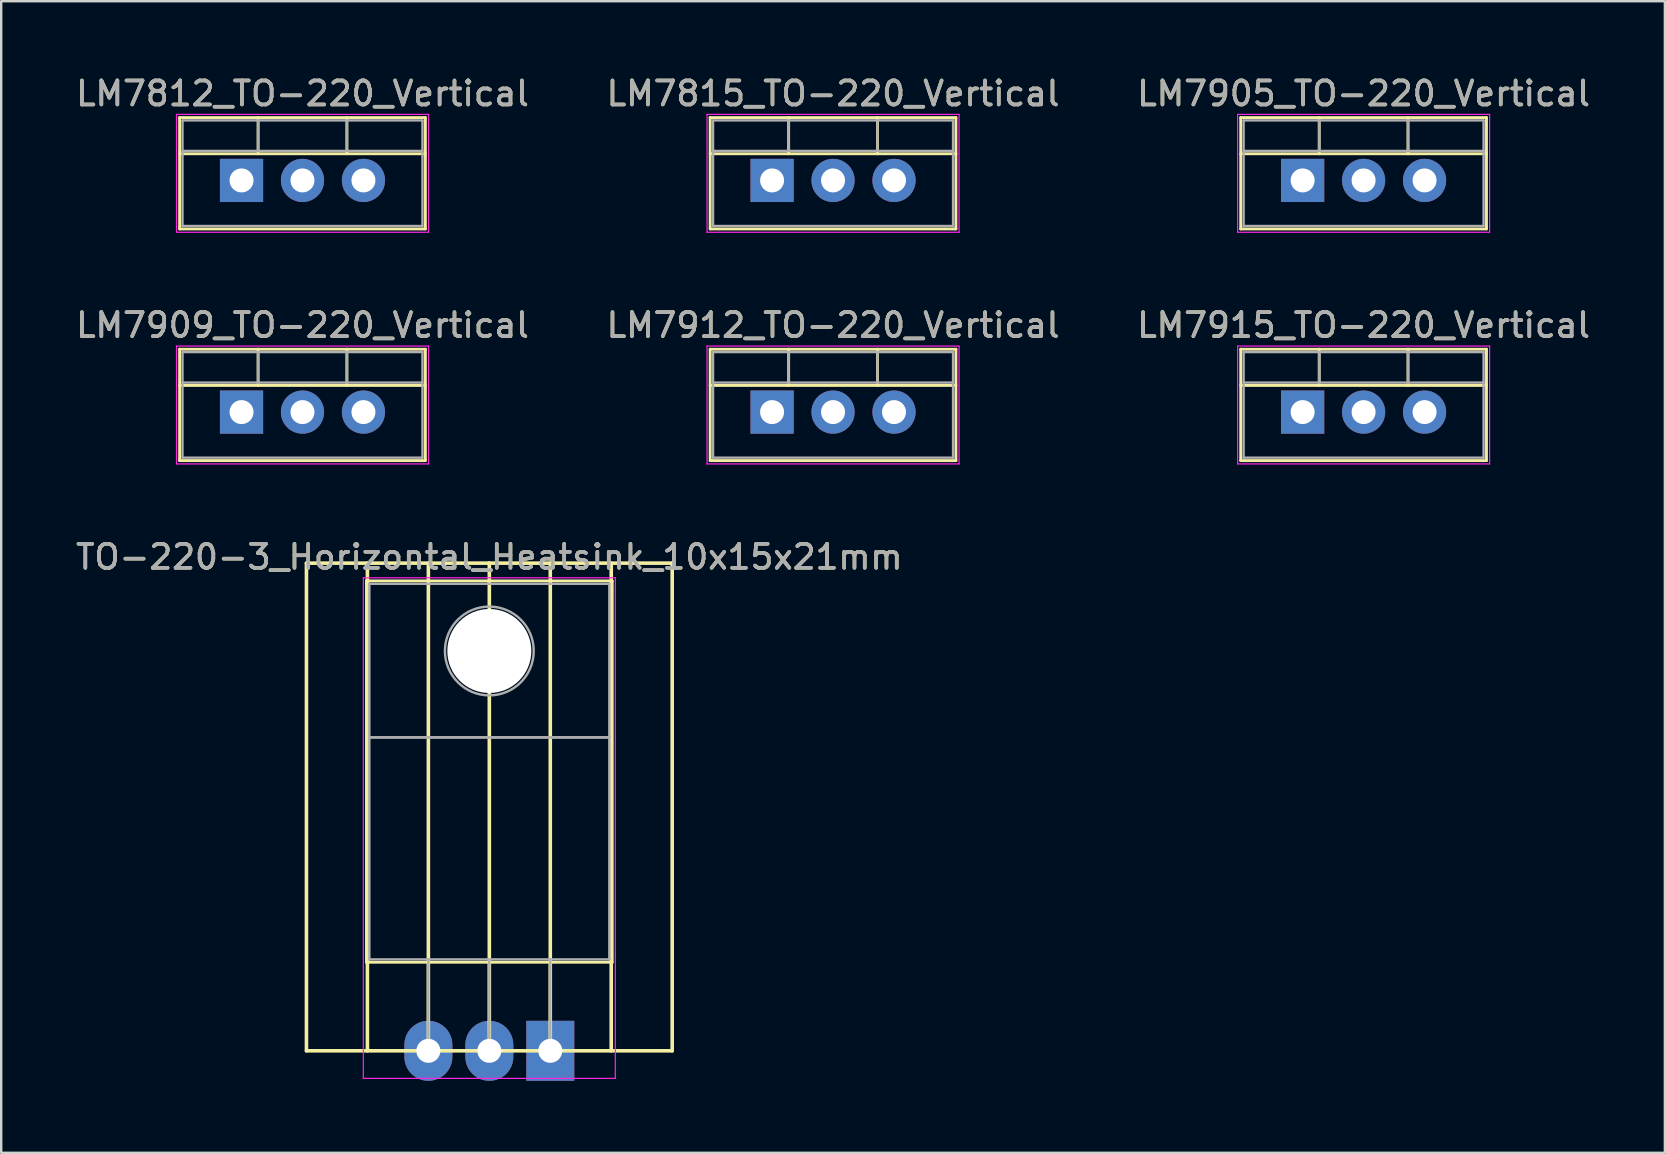
<source format=kicad_pcb>
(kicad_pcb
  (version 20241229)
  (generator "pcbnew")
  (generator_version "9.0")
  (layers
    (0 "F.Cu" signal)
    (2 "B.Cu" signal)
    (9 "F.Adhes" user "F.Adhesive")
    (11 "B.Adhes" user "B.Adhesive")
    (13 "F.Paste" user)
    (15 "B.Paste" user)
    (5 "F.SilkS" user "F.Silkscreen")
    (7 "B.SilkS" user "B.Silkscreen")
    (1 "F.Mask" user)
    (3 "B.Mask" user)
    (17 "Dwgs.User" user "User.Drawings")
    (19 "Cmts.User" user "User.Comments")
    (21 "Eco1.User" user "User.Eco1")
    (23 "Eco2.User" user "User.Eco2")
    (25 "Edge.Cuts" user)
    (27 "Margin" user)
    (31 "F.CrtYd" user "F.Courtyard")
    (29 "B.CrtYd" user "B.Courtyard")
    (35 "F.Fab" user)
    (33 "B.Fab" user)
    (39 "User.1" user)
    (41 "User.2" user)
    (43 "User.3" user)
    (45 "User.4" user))
  (footprint "TO-220-3_Horizontal_Heatsink_10x15x21mm"
    (layer "F.Cu")
    (at 17.339 40.735)
    (property "Reference" "TO-220-3_Horizontal_Heatsink_10x15x21mm" (at 0 -20.58 0) (layer "F.SilkS") (effects (font (size 1 1) (thickness 0.15))))
    (attr through_hole)
    (fp_line (start -7.62 0) (end -7.62 -20.32) (stroke (width 0.15) (type solid)) (layer "F.SilkS"))
    (fp_line (start -5.12 -19.58) (end -5.12 -3.69) (stroke (width 0.12) (type solid)) (layer "F.SilkS"))
    (fp_line (start -5.12 -19.58) (end 5.12 -19.58) (stroke (width 0.12) (type solid)) (layer "F.SilkS"))
    (fp_line (start -5.12 -3.69) (end 5.12 -3.69) (stroke (width 0.12) (type solid)) (layer "F.SilkS"))
    (fp_line (start -5.08 -20.32) (end -5.08 0) (stroke (width 0.15) (type solid)) (layer "F.SilkS"))
    (fp_line (start -2.54 -20.32) (end -2.54 0) (stroke (width 0.15) (type solid)) (layer "F.SilkS"))
    (fp_line (start -2.54 -3.69) (end -2.54 -1.05) (stroke (width 0.12) (type solid)) (layer "F.SilkS"))
    (fp_line (start 0 -20.32) (end -7.62 -20.32) (stroke (width 0.15) (type solid)) (layer "F.SilkS"))
    (fp_line (start 0 -20.32) (end 0 0) (stroke (width 0.15) (type solid)) (layer "F.SilkS"))
    (fp_line (start 0 -20.32) (end 7.62 -20.32) (stroke (width 0.15) (type solid)) (layer "F.SilkS"))
    (fp_line (start 0 -3.69) (end 0 -1.066) (stroke (width 0.12) (type solid)) (layer "F.SilkS"))
    (fp_line (start 2.54 -20.32) (end 2.54 0) (stroke (width 0.15) (type solid)) (layer "F.SilkS"))
    (fp_line (start 2.54 -3.69) (end 2.54 -1.066) (stroke (width 0.12) (type solid)) (layer "F.SilkS"))
    (fp_line (start 5.08 -20.32) (end 5.08 0) (stroke (width 0.15) (type solid)) (layer "F.SilkS"))
    (fp_line (start 5.12 -19.58) (end 5.12 -3.69) (stroke (width 0.12) (type solid)) (layer "F.SilkS"))
    (fp_line (start 7.62 -20.32) (end 7.62 0) (stroke (width 0.15) (type solid)) (layer "F.SilkS"))
    (fp_line (start 7.62 0) (end -7.62 0) (stroke (width 0.15) (type solid)) (layer "F.SilkS"))
    (fp_line (start -5.25 -19.71) (end -5.25 1.15) (stroke (width 0.05) (type solid)) (layer "F.CrtYd"))
    (fp_line (start -5.25 1.15) (end 5.25 1.15) (stroke (width 0.05) (type solid)) (layer "F.CrtYd"))
    (fp_line (start 5.25 -19.71) (end -5.25 -19.71) (stroke (width 0.05) (type solid)) (layer "F.CrtYd"))
    (fp_line (start 5.25 1.15) (end 5.25 -19.71) (stroke (width 0.05) (type solid)) (layer "F.CrtYd"))
    (fp_line (start -5 -19.46) (end 5 -19.46) (stroke (width 0.1) (type solid)) (layer "F.Fab"))
    (fp_line (start -5 -13.06) (end -5 -19.46) (stroke (width 0.1) (type solid)) (layer "F.Fab"))
    (fp_line (start -5 -13.06) (end 5 -13.06) (stroke (width 0.1) (type solid)) (layer "F.Fab"))
    (fp_line (start -5 -3.81) (end -5 -13.06) (stroke (width 0.1) (type solid)) (layer "F.Fab"))
    (fp_line (start -2.54 -3.81) (end -2.54 0) (stroke (width 0.1) (type solid)) (layer "F.Fab"))
    (fp_line (start 0 -3.81) (end 0 0) (stroke (width 0.1) (type solid)) (layer "F.Fab"))
    (fp_line (start 2.54 -3.81) (end 2.54 0) (stroke (width 0.1) (type solid)) (layer "F.Fab"))
    (fp_line (start 5 -19.46) (end 5 -13.06) (stroke (width 0.1) (type solid)) (layer "F.Fab"))
    (fp_line (start 5 -13.06) (end -5 -13.06) (stroke (width 0.1) (type solid)) (layer "F.Fab"))
    (fp_line (start 5 -13.06) (end 5 -3.81) (stroke (width 0.1) (type solid)) (layer "F.Fab"))
    (fp_line (start 5 -3.81) (end -5 -3.81) (stroke (width 0.1) (type solid)) (layer "F.Fab"))
    (fp_circle (center 0 -16.66) (end 1.85 -16.66) (stroke (width 0.1) (type solid)) (fill no) (layer "F.Fab"))
    (fp_text user "${REFERENCE}" (at 0 -20.58 0) (layer "F.Fab") (effects (font (size 1 1) (thickness 0.15))))
    (pad "" np_thru_hole oval (at 0 -16.66) (size 3.5 3.5) (drill 3.5) (layers "*.Cu" "*.Mask"))
    (pad "1" thru_hole rect (at 2.54 0) (size 2 2.5) (drill 1) (layers "*.Cu" "*.Mask"))
    (pad "2" thru_hole oval (at 0 0) (size 2 2.5) (drill 1) (layers "*.Cu" "*.Mask"))
    (pad "3" thru_hole oval (at -2.54 0) (size 2 2.5) (drill 1) (layers "*.Cu" "*.Mask")))
  (footprint "LM7905_TO-220_Vertical"
    (layer "F.Cu")
    (at 51.228 4.468)
    (property "Reference" "LM7905_TO-220_Vertical" (at 2.54 -3.62 0) (layer "F.SilkS") (effects (font (size 1 1) (thickness 0.15))))
    (attr through_hole)
    (fp_line (start -2.58 -2.62) (end -2.58 2.021) (stroke (width 0.12) (type solid)) (layer "F.SilkS"))
    (fp_line (start -2.58 -2.62) (end 7.66 -2.62) (stroke (width 0.12) (type solid)) (layer "F.SilkS"))
    (fp_line (start -2.58 -1.11) (end 7.66 -1.11) (stroke (width 0.12) (type solid)) (layer "F.SilkS"))
    (fp_line (start -2.58 2.021) (end 7.66 2.021) (stroke (width 0.12) (type solid)) (layer "F.SilkS"))
    (fp_line (start 0.69 -2.62) (end 0.69 -1.11) (stroke (width 0.12) (type solid)) (layer "F.SilkS"))
    (fp_line (start 4.391 -2.62) (end 4.391 -1.11) (stroke (width 0.12) (type solid)) (layer "F.SilkS"))
    (fp_line (start 7.66 -2.62) (end 7.66 2.021) (stroke (width 0.12) (type solid)) (layer "F.SilkS"))
    (fp_line (start -2.71 -2.75) (end -2.71 2.16) (stroke (width 0.05) (type solid)) (layer "F.CrtYd"))
    (fp_line (start -2.71 2.16) (end 7.79 2.16) (stroke (width 0.05) (type solid)) (layer "F.CrtYd"))
    (fp_line (start 7.79 -2.75) (end -2.71 -2.75) (stroke (width 0.05) (type solid)) (layer "F.CrtYd"))
    (fp_line (start 7.79 2.16) (end 7.79 -2.75) (stroke (width 0.05) (type solid)) (layer "F.CrtYd"))
    (fp_line (start -2.46 -2.5) (end -2.46 1.9) (stroke (width 0.1) (type solid)) (layer "F.Fab"))
    (fp_line (start -2.46 -1.23) (end 7.54 -1.23) (stroke (width 0.1) (type solid)) (layer "F.Fab"))
    (fp_line (start -2.46 1.9) (end 7.54 1.9) (stroke (width 0.1) (type solid)) (layer "F.Fab"))
    (fp_line (start 0.69 -2.5) (end 0.69 -1.23) (stroke (width 0.1) (type solid)) (layer "F.Fab"))
    (fp_line (start 4.39 -2.5) (end 4.39 -1.23) (stroke (width 0.1) (type solid)) (layer "F.Fab"))
    (fp_line (start 7.54 -2.5) (end -2.46 -2.5) (stroke (width 0.1) (type solid)) (layer "F.Fab"))
    (fp_line (start 7.54 1.9) (end 7.54 -2.5) (stroke (width 0.1) (type solid)) (layer "F.Fab"))
    (fp_text user "${REFERENCE}" (at 2.54 -3.62 0) (layer "F.Fab") (effects (font (size 1 1) (thickness 0.15))))
    (pad "1" thru_hole rect (at 0 0) (size 1.8 1.8) (drill 1) (layers "*.Cu" "*.Mask"))
    (pad "2" thru_hole oval (at 2.54 0) (size 1.8 1.8) (drill 1) (layers "*.Cu" "*.Mask"))
    (pad "3" thru_hole oval (at 5.08 0) (size 1.8 1.8) (drill 1) (layers "*.Cu" "*.Mask")))
  (footprint "LM7915_TO-220_Vertical"
    (layer "F.Cu")
    (at 51.228 14.121)
    (property "Reference" "LM7915_TO-220_Vertical" (at 2.54 -3.62 0) (layer "F.SilkS") (effects (font (size 1 1) (thickness 0.15))))
    (attr through_hole)
    (fp_line (start -2.58 -2.62) (end -2.58 2.021) (stroke (width 0.12) (type solid)) (layer "F.SilkS"))
    (fp_line (start -2.58 -2.62) (end 7.66 -2.62) (stroke (width 0.12) (type solid)) (layer "F.SilkS"))
    (fp_line (start -2.58 -1.11) (end 7.66 -1.11) (stroke (width 0.12) (type solid)) (layer "F.SilkS"))
    (fp_line (start -2.58 2.021) (end 7.66 2.021) (stroke (width 0.12) (type solid)) (layer "F.SilkS"))
    (fp_line (start 0.69 -2.62) (end 0.69 -1.11) (stroke (width 0.12) (type solid)) (layer "F.SilkS"))
    (fp_line (start 4.391 -2.62) (end 4.391 -1.11) (stroke (width 0.12) (type solid)) (layer "F.SilkS"))
    (fp_line (start 7.66 -2.62) (end 7.66 2.021) (stroke (width 0.12) (type solid)) (layer "F.SilkS"))
    (fp_line (start -2.71 -2.75) (end -2.71 2.16) (stroke (width 0.05) (type solid)) (layer "F.CrtYd"))
    (fp_line (start -2.71 2.16) (end 7.79 2.16) (stroke (width 0.05) (type solid)) (layer "F.CrtYd"))
    (fp_line (start 7.79 -2.75) (end -2.71 -2.75) (stroke (width 0.05) (type solid)) (layer "F.CrtYd"))
    (fp_line (start 7.79 2.16) (end 7.79 -2.75) (stroke (width 0.05) (type solid)) (layer "F.CrtYd"))
    (fp_line (start -2.46 -2.5) (end -2.46 1.9) (stroke (width 0.1) (type solid)) (layer "F.Fab"))
    (fp_line (start -2.46 -1.23) (end 7.54 -1.23) (stroke (width 0.1) (type solid)) (layer "F.Fab"))
    (fp_line (start -2.46 1.9) (end 7.54 1.9) (stroke (width 0.1) (type solid)) (layer "F.Fab"))
    (fp_line (start 0.69 -2.5) (end 0.69 -1.23) (stroke (width 0.1) (type solid)) (layer "F.Fab"))
    (fp_line (start 4.39 -2.5) (end 4.39 -1.23) (stroke (width 0.1) (type solid)) (layer "F.Fab"))
    (fp_line (start 7.54 -2.5) (end -2.46 -2.5) (stroke (width 0.1) (type solid)) (layer "F.Fab"))
    (fp_line (start 7.54 1.9) (end 7.54 -2.5) (stroke (width 0.1) (type solid)) (layer "F.Fab"))
    (fp_text user "${REFERENCE}" (at 2.54 -3.62 0) (layer "F.Fab") (effects (font (size 1 1) (thickness 0.15))))
    (pad "1" thru_hole rect (at 0 0) (size 1.8 1.8) (drill 1) (layers "*.Cu" "*.Mask"))
    (pad "2" thru_hole oval (at 2.54 0) (size 1.8 1.8) (drill 1) (layers "*.Cu" "*.Mask"))
    (pad "3" thru_hole oval (at 5.08 0) (size 1.8 1.8) (drill 1) (layers "*.Cu" "*.Mask")))
  (footprint "LM7909_TO-220_Vertical"
    (layer "F.Cu")
    (at 7.014 14.121)
    (property "Reference" "LM7909_TO-220_Vertical" (at 2.54 -3.62 0) (layer "F.SilkS") (effects (font (size 1 1) (thickness 0.15))))
    (attr through_hole)
    (fp_line (start -2.58 -2.62) (end -2.58 2.021) (stroke (width 0.12) (type solid)) (layer "F.SilkS"))
    (fp_line (start -2.58 -2.62) (end 7.66 -2.62) (stroke (width 0.12) (type solid)) (layer "F.SilkS"))
    (fp_line (start -2.58 -1.11) (end 7.66 -1.11) (stroke (width 0.12) (type solid)) (layer "F.SilkS"))
    (fp_line (start -2.58 2.021) (end 7.66 2.021) (stroke (width 0.12) (type solid)) (layer "F.SilkS"))
    (fp_line (start 0.69 -2.62) (end 0.69 -1.11) (stroke (width 0.12) (type solid)) (layer "F.SilkS"))
    (fp_line (start 4.391 -2.62) (end 4.391 -1.11) (stroke (width 0.12) (type solid)) (layer "F.SilkS"))
    (fp_line (start 7.66 -2.62) (end 7.66 2.021) (stroke (width 0.12) (type solid)) (layer "F.SilkS"))
    (fp_line (start -2.71 -2.75) (end -2.71 2.16) (stroke (width 0.05) (type solid)) (layer "F.CrtYd"))
    (fp_line (start -2.71 2.16) (end 7.79 2.16) (stroke (width 0.05) (type solid)) (layer "F.CrtYd"))
    (fp_line (start 7.79 -2.75) (end -2.71 -2.75) (stroke (width 0.05) (type solid)) (layer "F.CrtYd"))
    (fp_line (start 7.79 2.16) (end 7.79 -2.75) (stroke (width 0.05) (type solid)) (layer "F.CrtYd"))
    (fp_line (start -2.46 -2.5) (end -2.46 1.9) (stroke (width 0.1) (type solid)) (layer "F.Fab"))
    (fp_line (start -2.46 -1.23) (end 7.54 -1.23) (stroke (width 0.1) (type solid)) (layer "F.Fab"))
    (fp_line (start -2.46 1.9) (end 7.54 1.9) (stroke (width 0.1) (type solid)) (layer "F.Fab"))
    (fp_line (start 0.69 -2.5) (end 0.69 -1.23) (stroke (width 0.1) (type solid)) (layer "F.Fab"))
    (fp_line (start 4.39 -2.5) (end 4.39 -1.23) (stroke (width 0.1) (type solid)) (layer "F.Fab"))
    (fp_line (start 7.54 -2.5) (end -2.46 -2.5) (stroke (width 0.1) (type solid)) (layer "F.Fab"))
    (fp_line (start 7.54 1.9) (end 7.54 -2.5) (stroke (width 0.1) (type solid)) (layer "F.Fab"))
    (fp_text user "${REFERENCE}" (at 2.54 -3.62 0) (layer "F.Fab") (effects (font (size 1 1) (thickness 0.15))))
    (pad "1" thru_hole rect (at 0 0) (size 1.8 1.8) (drill 1) (layers "*.Cu" "*.Mask"))
    (pad "2" thru_hole oval (at 2.54 0) (size 1.8 1.8) (drill 1) (layers "*.Cu" "*.Mask"))
    (pad "3" thru_hole oval (at 5.08 0) (size 1.8 1.8) (drill 1) (layers "*.Cu" "*.Mask")))
  (footprint "LM7815_TO-220_Vertical"
    (layer "F.Cu")
    (at 29.121 4.468)
    (property "Reference" "LM7815_TO-220_Vertical" (at 2.54 -3.62 0) (layer "F.SilkS") (effects (font (size 1 1) (thickness 0.15))))
    (attr through_hole)
    (fp_line (start -2.58 -2.62) (end -2.58 2.021) (stroke (width 0.12) (type solid)) (layer "F.SilkS"))
    (fp_line (start -2.58 -2.62) (end 7.66 -2.62) (stroke (width 0.12) (type solid)) (layer "F.SilkS"))
    (fp_line (start -2.58 -1.11) (end 7.66 -1.11) (stroke (width 0.12) (type solid)) (layer "F.SilkS"))
    (fp_line (start -2.58 2.021) (end 7.66 2.021) (stroke (width 0.12) (type solid)) (layer "F.SilkS"))
    (fp_line (start 0.69 -2.62) (end 0.69 -1.11) (stroke (width 0.12) (type solid)) (layer "F.SilkS"))
    (fp_line (start 4.391 -2.62) (end 4.391 -1.11) (stroke (width 0.12) (type solid)) (layer "F.SilkS"))
    (fp_line (start 7.66 -2.62) (end 7.66 2.021) (stroke (width 0.12) (type solid)) (layer "F.SilkS"))
    (fp_line (start -2.71 -2.75) (end -2.71 2.16) (stroke (width 0.05) (type solid)) (layer "F.CrtYd"))
    (fp_line (start -2.71 2.16) (end 7.79 2.16) (stroke (width 0.05) (type solid)) (layer "F.CrtYd"))
    (fp_line (start 7.79 -2.75) (end -2.71 -2.75) (stroke (width 0.05) (type solid)) (layer "F.CrtYd"))
    (fp_line (start 7.79 2.16) (end 7.79 -2.75) (stroke (width 0.05) (type solid)) (layer "F.CrtYd"))
    (fp_line (start -2.46 -2.5) (end -2.46 1.9) (stroke (width 0.1) (type solid)) (layer "F.Fab"))
    (fp_line (start -2.46 -1.23) (end 7.54 -1.23) (stroke (width 0.1) (type solid)) (layer "F.Fab"))
    (fp_line (start -2.46 1.9) (end 7.54 1.9) (stroke (width 0.1) (type solid)) (layer "F.Fab"))
    (fp_line (start 0.69 -2.5) (end 0.69 -1.23) (stroke (width 0.1) (type solid)) (layer "F.Fab"))
    (fp_line (start 4.39 -2.5) (end 4.39 -1.23) (stroke (width 0.1) (type solid)) (layer "F.Fab"))
    (fp_line (start 7.54 -2.5) (end -2.46 -2.5) (stroke (width 0.1) (type solid)) (layer "F.Fab"))
    (fp_line (start 7.54 1.9) (end 7.54 -2.5) (stroke (width 0.1) (type solid)) (layer "F.Fab"))
    (fp_text user "${REFERENCE}" (at 2.54 -3.62 0) (layer "F.Fab") (effects (font (size 1 1) (thickness 0.15))))
    (pad "1" thru_hole rect (at 0 0) (size 1.8 1.8) (drill 1) (layers "*.Cu" "*.Mask"))
    (pad "2" thru_hole oval (at 2.54 0) (size 1.8 1.8) (drill 1) (layers "*.Cu" "*.Mask"))
    (pad "3" thru_hole oval (at 5.08 0) (size 1.8 1.8) (drill 1) (layers "*.Cu" "*.Mask")))
  (footprint "LM7812_TO-220_Vertical"
    (layer "F.Cu")
    (at 7.014 4.468)
    (property "Reference" "LM7812_TO-220_Vertical" (at 2.54 -3.62 0) (layer "F.SilkS") (effects (font (size 1 1) (thickness 0.15))))
    (attr through_hole)
    (fp_line (start -2.58 -2.62) (end -2.58 2.021) (stroke (width 0.12) (type solid)) (layer "F.SilkS"))
    (fp_line (start -2.58 -2.62) (end 7.66 -2.62) (stroke (width 0.12) (type solid)) (layer "F.SilkS"))
    (fp_line (start -2.58 -1.11) (end 7.66 -1.11) (stroke (width 0.12) (type solid)) (layer "F.SilkS"))
    (fp_line (start -2.58 2.021) (end 7.66 2.021) (stroke (width 0.12) (type solid)) (layer "F.SilkS"))
    (fp_line (start 0.69 -2.62) (end 0.69 -1.11) (stroke (width 0.12) (type solid)) (layer "F.SilkS"))
    (fp_line (start 4.391 -2.62) (end 4.391 -1.11) (stroke (width 0.12) (type solid)) (layer "F.SilkS"))
    (fp_line (start 7.66 -2.62) (end 7.66 2.021) (stroke (width 0.12) (type solid)) (layer "F.SilkS"))
    (fp_line (start -2.71 -2.75) (end -2.71 2.16) (stroke (width 0.05) (type solid)) (layer "F.CrtYd"))
    (fp_line (start -2.71 2.16) (end 7.79 2.16) (stroke (width 0.05) (type solid)) (layer "F.CrtYd"))
    (fp_line (start 7.79 -2.75) (end -2.71 -2.75) (stroke (width 0.05) (type solid)) (layer "F.CrtYd"))
    (fp_line (start 7.79 2.16) (end 7.79 -2.75) (stroke (width 0.05) (type solid)) (layer "F.CrtYd"))
    (fp_line (start -2.46 -2.5) (end -2.46 1.9) (stroke (width 0.1) (type solid)) (layer "F.Fab"))
    (fp_line (start -2.46 -1.23) (end 7.54 -1.23) (stroke (width 0.1) (type solid)) (layer "F.Fab"))
    (fp_line (start -2.46 1.9) (end 7.54 1.9) (stroke (width 0.1) (type solid)) (layer "F.Fab"))
    (fp_line (start 0.69 -2.5) (end 0.69 -1.23) (stroke (width 0.1) (type solid)) (layer "F.Fab"))
    (fp_line (start 4.39 -2.5) (end 4.39 -1.23) (stroke (width 0.1) (type solid)) (layer "F.Fab"))
    (fp_line (start 7.54 -2.5) (end -2.46 -2.5) (stroke (width 0.1) (type solid)) (layer "F.Fab"))
    (fp_line (start 7.54 1.9) (end 7.54 -2.5) (stroke (width 0.1) (type solid)) (layer "F.Fab"))
    (fp_text user "${REFERENCE}" (at 2.54 -3.62 0) (layer "F.Fab") (effects (font (size 1 1) (thickness 0.15))))
    (pad "1" thru_hole rect (at 0 0) (size 1.8 1.8) (drill 1) (layers "*.Cu" "*.Mask"))
    (pad "2" thru_hole oval (at 2.54 0) (size 1.8 1.8) (drill 1) (layers "*.Cu" "*.Mask"))
    (pad "3" thru_hole oval (at 5.08 0) (size 1.8 1.8) (drill 1) (layers "*.Cu" "*.Mask")))
  (footprint "LM7912_TO-220_Vertical"
    (layer "F.Cu")
    (at 29.121 14.121)
    (property "Reference" "LM7912_TO-220_Vertical" (at 2.54 -3.62 0) (layer "F.SilkS") (effects (font (size 1 1) (thickness 0.15))))
    (attr through_hole)
    (fp_line (start -2.58 -2.62) (end -2.58 2.021) (stroke (width 0.12) (type solid)) (layer "F.SilkS"))
    (fp_line (start -2.58 -2.62) (end 7.66 -2.62) (stroke (width 0.12) (type solid)) (layer "F.SilkS"))
    (fp_line (start -2.58 -1.11) (end 7.66 -1.11) (stroke (width 0.12) (type solid)) (layer "F.SilkS"))
    (fp_line (start -2.58 2.021) (end 7.66 2.021) (stroke (width 0.12) (type solid)) (layer "F.SilkS"))
    (fp_line (start 0.69 -2.62) (end 0.69 -1.11) (stroke (width 0.12) (type solid)) (layer "F.SilkS"))
    (fp_line (start 4.391 -2.62) (end 4.391 -1.11) (stroke (width 0.12) (type solid)) (layer "F.SilkS"))
    (fp_line (start 7.66 -2.62) (end 7.66 2.021) (stroke (width 0.12) (type solid)) (layer "F.SilkS"))
    (fp_line (start -2.71 -2.75) (end -2.71 2.16) (stroke (width 0.05) (type solid)) (layer "F.CrtYd"))
    (fp_line (start -2.71 2.16) (end 7.79 2.16) (stroke (width 0.05) (type solid)) (layer "F.CrtYd"))
    (fp_line (start 7.79 -2.75) (end -2.71 -2.75) (stroke (width 0.05) (type solid)) (layer "F.CrtYd"))
    (fp_line (start 7.79 2.16) (end 7.79 -2.75) (stroke (width 0.05) (type solid)) (layer "F.CrtYd"))
    (fp_line (start -2.46 -2.5) (end -2.46 1.9) (stroke (width 0.1) (type solid)) (layer "F.Fab"))
    (fp_line (start -2.46 -1.23) (end 7.54 -1.23) (stroke (width 0.1) (type solid)) (layer "F.Fab"))
    (fp_line (start -2.46 1.9) (end 7.54 1.9) (stroke (width 0.1) (type solid)) (layer "F.Fab"))
    (fp_line (start 0.69 -2.5) (end 0.69 -1.23) (stroke (width 0.1) (type solid)) (layer "F.Fab"))
    (fp_line (start 4.39 -2.5) (end 4.39 -1.23) (stroke (width 0.1) (type solid)) (layer "F.Fab"))
    (fp_line (start 7.54 -2.5) (end -2.46 -2.5) (stroke (width 0.1) (type solid)) (layer "F.Fab"))
    (fp_line (start 7.54 1.9) (end 7.54 -2.5) (stroke (width 0.1) (type solid)) (layer "F.Fab"))
    (fp_text user "${REFERENCE}" (at 2.54 -3.62 0) (layer "F.Fab") (effects (font (size 1 1) (thickness 0.15))))
    (pad "1" thru_hole rect (at 0 0) (size 1.8 1.8) (drill 1) (layers "*.Cu" "*.Mask"))
    (pad "2" thru_hole oval (at 2.54 0) (size 1.8 1.8) (drill 1) (layers "*.Cu" "*.Mask"))
    (pad "3" thru_hole oval (at 5.08 0) (size 1.8 1.8) (drill 1) (layers "*.Cu" "*.Mask")))
  (gr_rect
    (start -3 -3)
    (end 66.321 44.985)
    (stroke (width 0.1) (type default))
    (fill no)
    (layer "Edge.Cuts")))
</source>
